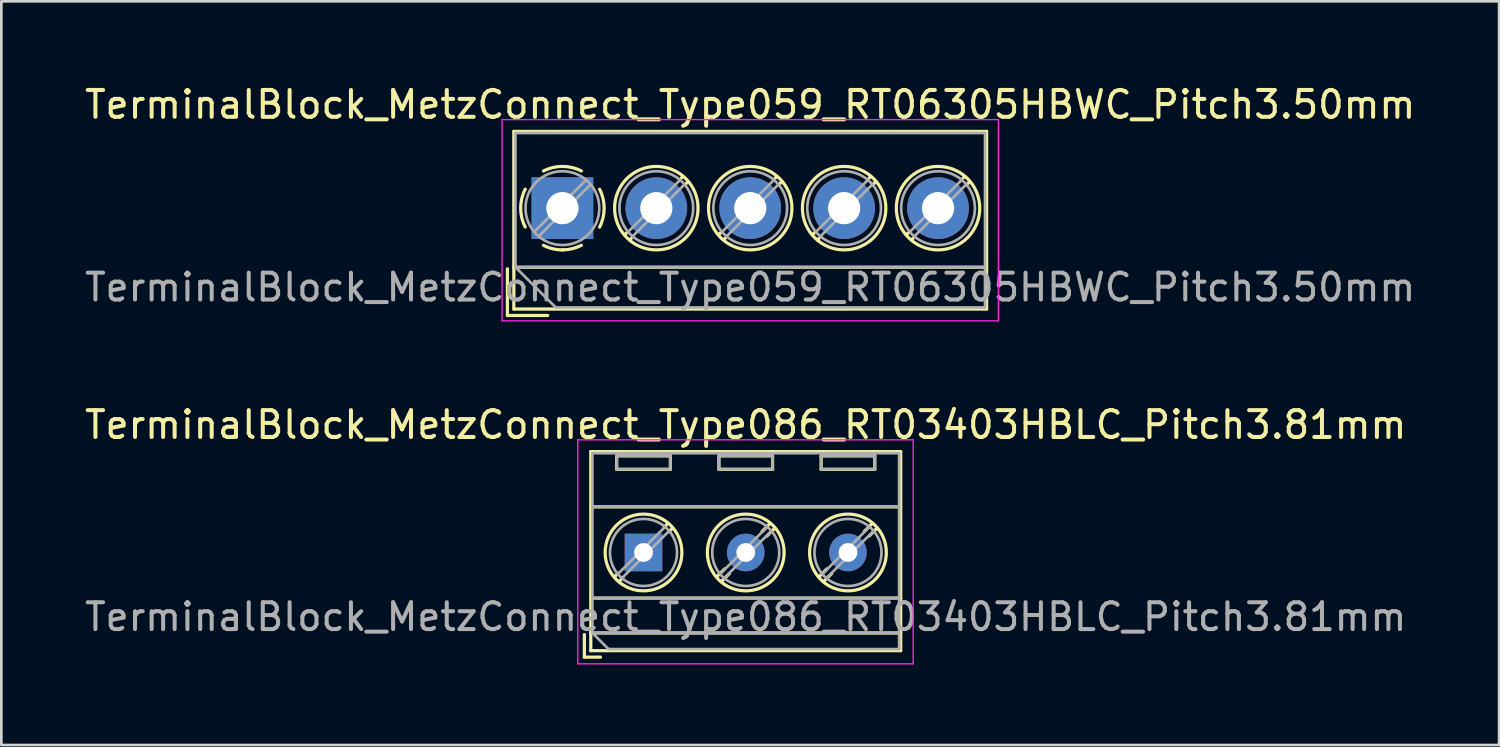
<source format=kicad_pcb>
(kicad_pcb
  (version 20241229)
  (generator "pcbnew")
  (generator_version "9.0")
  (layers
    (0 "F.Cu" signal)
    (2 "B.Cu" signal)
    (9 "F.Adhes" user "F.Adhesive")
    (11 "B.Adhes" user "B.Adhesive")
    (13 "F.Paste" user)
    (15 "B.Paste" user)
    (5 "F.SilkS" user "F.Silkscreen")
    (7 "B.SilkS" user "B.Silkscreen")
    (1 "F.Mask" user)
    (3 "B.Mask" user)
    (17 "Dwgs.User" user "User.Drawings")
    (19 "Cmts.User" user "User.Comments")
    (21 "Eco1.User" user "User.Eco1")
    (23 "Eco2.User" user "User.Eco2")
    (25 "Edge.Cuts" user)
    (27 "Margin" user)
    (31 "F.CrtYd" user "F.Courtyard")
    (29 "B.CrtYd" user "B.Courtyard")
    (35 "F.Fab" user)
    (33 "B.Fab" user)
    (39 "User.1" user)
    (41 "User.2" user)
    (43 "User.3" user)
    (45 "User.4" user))
  (footprint "TerminalBlock_MetzConnect_Type086_RT03403HBLC_Pitch3.81mm"
    (layer "F.Cu")
    (at 20.934 17.541)
    (property "Reference" "TerminalBlock_MetzConnect_Type086_RT03403HBLC_Pitch3.81mm" (at 3.81 -4.76 0) (layer "F.SilkS") (effects (font (size 1 1) (thickness 0.15))))
    (attr through_hole)
    (fp_line (start -2.205 3.06) (end -2.205 3.9) (stroke (width 0.12) (type solid)) (layer "F.SilkS"))
    (fp_line (start -2.205 3.9) (end -1.605 3.9) (stroke (width 0.12) (type solid)) (layer "F.SilkS"))
    (fp_line (start -1.965 -3.76) (end -1.965 3.66) (stroke (width 0.12) (type solid)) (layer "F.SilkS"))
    (fp_line (start -1.965 -1.7) (end 9.585 -1.7) (stroke (width 0.12) (type solid)) (layer "F.SilkS"))
    (fp_line (start -1.965 1.7) (end 9.585 1.7) (stroke (width 0.12) (type solid)) (layer "F.SilkS"))
    (fp_line (start -1.965 3) (end 9.585 3) (stroke (width 0.12) (type solid)) (layer "F.SilkS"))
    (fp_line (start -1.965 3.66) (end 9.585 3.66) (stroke (width 0.12) (type solid)) (layer "F.SilkS"))
    (fp_line (start -1 -3.6) (end -1 -3.1) (stroke (width 0.12) (type solid)) (layer "F.SilkS"))
    (fp_line (start -1 -3.6) (end 1 -3.6) (stroke (width 0.12) (type solid)) (layer "F.SilkS"))
    (fp_line (start -1 -3.1) (end 1 -3.1) (stroke (width 0.12) (type solid)) (layer "F.SilkS"))
    (fp_line (start -0.946 0.771) (end -1.085 0.91) (stroke (width 0.12) (type solid)) (layer "F.SilkS"))
    (fp_line (start -0.771 0.945) (end -0.911 1.085) (stroke (width 0.12) (type solid)) (layer "F.SilkS"))
    (fp_line (start 0.911 -1.085) (end 0.771 -0.945) (stroke (width 0.12) (type solid)) (layer "F.SilkS"))
    (fp_line (start 1 -3.6) (end 1 -3.1) (stroke (width 0.12) (type solid)) (layer "F.SilkS"))
    (fp_line (start 1.085 -0.91) (end 0.945 -0.771) (stroke (width 0.12) (type solid)) (layer "F.SilkS"))
    (fp_line (start 2.81 -3.6) (end 2.81 -3.1) (stroke (width 0.12) (type solid)) (layer "F.SilkS"))
    (fp_line (start 2.81 -3.6) (end 4.81 -3.6) (stroke (width 0.12) (type solid)) (layer "F.SilkS"))
    (fp_line (start 2.81 -3.1) (end 4.81 -3.1) (stroke (width 0.12) (type solid)) (layer "F.SilkS"))
    (fp_line (start 3.025 0.611) (end 2.726 0.91) (stroke (width 0.12) (type solid)) (layer "F.SilkS"))
    (fp_line (start 3.2 0.786) (end 2.9 1.085) (stroke (width 0.12) (type solid)) (layer "F.SilkS"))
    (fp_line (start 4.721 -1.085) (end 4.421 -0.786) (stroke (width 0.12) (type solid)) (layer "F.SilkS"))
    (fp_line (start 4.81 -3.6) (end 4.81 -3.1) (stroke (width 0.12) (type solid)) (layer "F.SilkS"))
    (fp_line (start 4.895 -0.91) (end 4.596 -0.611) (stroke (width 0.12) (type solid)) (layer "F.SilkS"))
    (fp_line (start 6.62 -3.6) (end 6.62 -3.1) (stroke (width 0.12) (type solid)) (layer "F.SilkS"))
    (fp_line (start 6.62 -3.6) (end 8.62 -3.6) (stroke (width 0.12) (type solid)) (layer "F.SilkS"))
    (fp_line (start 6.62 -3.1) (end 8.62 -3.1) (stroke (width 0.12) (type solid)) (layer "F.SilkS"))
    (fp_line (start 6.835 0.611) (end 6.536 0.91) (stroke (width 0.12) (type solid)) (layer "F.SilkS"))
    (fp_line (start 7.01 0.786) (end 6.71 1.085) (stroke (width 0.12) (type solid)) (layer "F.SilkS"))
    (fp_line (start 8.531 -1.085) (end 8.231 -0.786) (stroke (width 0.12) (type solid)) (layer "F.SilkS"))
    (fp_line (start 8.62 -3.6) (end 8.62 -3.1) (stroke (width 0.12) (type solid)) (layer "F.SilkS"))
    (fp_line (start 8.705 -0.91) (end 8.406 -0.611) (stroke (width 0.12) (type solid)) (layer "F.SilkS"))
    (fp_line (start 9.585 -3.76) (end -1.965 -3.76) (stroke (width 0.12) (type solid)) (layer "F.SilkS"))
    (fp_line (start 9.585 3.66) (end 9.585 -3.76) (stroke (width 0.12) (type solid)) (layer "F.SilkS"))
    (fp_circle (center 0 0) (end 1.43 0) (stroke (width 0.12) (type solid)) (fill no) (layer "F.SilkS"))
    (fp_circle (center 3.81 0) (end 5.24 0) (stroke (width 0.12) (type solid)) (fill no) (layer "F.SilkS"))
    (fp_circle (center 7.62 0) (end 9.05 0) (stroke (width 0.12) (type solid)) (fill no) (layer "F.SilkS"))
    (fp_line (start -2.45 -4.2) (end -2.45 4.15) (stroke (width 0.05) (type solid)) (layer "F.CrtYd"))
    (fp_line (start -2.45 4.15) (end 10.05 4.15) (stroke (width 0.05) (type solid)) (layer "F.CrtYd"))
    (fp_line (start 10.05 -4.2) (end -2.45 -4.2) (stroke (width 0.05) (type solid)) (layer "F.CrtYd"))
    (fp_line (start 10.05 4.15) (end 10.05 -4.2) (stroke (width 0.05) (type solid)) (layer "F.CrtYd"))
    (fp_line (start -1.905 -3.7) (end 9.525 -3.7) (stroke (width 0.1) (type solid)) (layer "F.Fab"))
    (fp_line (start -1.905 -1.7) (end 9.525 -1.7) (stroke (width 0.1) (type solid)) (layer "F.Fab"))
    (fp_line (start -1.905 1.7) (end 9.525 1.7) (stroke (width 0.1) (type solid)) (layer "F.Fab"))
    (fp_line (start -1.905 3) (end -1.905 -3.7) (stroke (width 0.1) (type solid)) (layer "F.Fab"))
    (fp_line (start -1.905 3) (end 9.525 3) (stroke (width 0.1) (type solid)) (layer "F.Fab"))
    (fp_line (start -1.305 3.6) (end -1.905 3) (stroke (width 0.1) (type solid)) (layer "F.Fab"))
    (fp_line (start -1 -3.6) (end -1 -3.1) (stroke (width 0.1) (type solid)) (layer "F.Fab"))
    (fp_line (start -1 -3.1) (end 1 -3.1) (stroke (width 0.1) (type solid)) (layer "F.Fab"))
    (fp_line (start 0.796 -0.948) (end -0.949 0.796) (stroke (width 0.1) (type solid)) (layer "F.Fab"))
    (fp_line (start 0.949 -0.796) (end -0.796 0.948) (stroke (width 0.1) (type solid)) (layer "F.Fab"))
    (fp_line (start 1 -3.6) (end -1 -3.6) (stroke (width 0.1) (type solid)) (layer "F.Fab"))
    (fp_line (start 1 -3.1) (end 1 -3.6) (stroke (width 0.1) (type solid)) (layer "F.Fab"))
    (fp_line (start 2.81 -3.6) (end 2.81 -3.1) (stroke (width 0.1) (type solid)) (layer "F.Fab"))
    (fp_line (start 2.81 -3.1) (end 4.81 -3.1) (stroke (width 0.1) (type solid)) (layer "F.Fab"))
    (fp_line (start 4.606 -0.948) (end 2.862 0.796) (stroke (width 0.1) (type solid)) (layer "F.Fab"))
    (fp_line (start 4.759 -0.796) (end 3.015 0.948) (stroke (width 0.1) (type solid)) (layer "F.Fab"))
    (fp_line (start 4.81 -3.6) (end 2.81 -3.6) (stroke (width 0.1) (type solid)) (layer "F.Fab"))
    (fp_line (start 4.81 -3.1) (end 4.81 -3.6) (stroke (width 0.1) (type solid)) (layer "F.Fab"))
    (fp_line (start 6.62 -3.6) (end 6.62 -3.1) (stroke (width 0.1) (type solid)) (layer "F.Fab"))
    (fp_line (start 6.62 -3.1) (end 8.62 -3.1) (stroke (width 0.1) (type solid)) (layer "F.Fab"))
    (fp_line (start 8.416 -0.948) (end 6.672 0.796) (stroke (width 0.1) (type solid)) (layer "F.Fab"))
    (fp_line (start 8.569 -0.796) (end 6.825 0.948) (stroke (width 0.1) (type solid)) (layer "F.Fab"))
    (fp_line (start 8.62 -3.6) (end 6.62 -3.6) (stroke (width 0.1) (type solid)) (layer "F.Fab"))
    (fp_line (start 8.62 -3.1) (end 8.62 -3.6) (stroke (width 0.1) (type solid)) (layer "F.Fab"))
    (fp_line (start 9.525 -3.7) (end 9.525 3.6) (stroke (width 0.1) (type solid)) (layer "F.Fab"))
    (fp_line (start 9.525 3.6) (end -1.305 3.6) (stroke (width 0.1) (type solid)) (layer "F.Fab"))
    (fp_circle (center 0 0) (end 1.25 0) (stroke (width 0.1) (type solid)) (fill no) (layer "F.Fab"))
    (fp_circle (center 3.81 0) (end 5.06 0) (stroke (width 0.1) (type solid)) (fill no) (layer "F.Fab"))
    (fp_circle (center 7.62 0) (end 8.87 0) (stroke (width 0.1) (type solid)) (fill no) (layer "F.Fab"))
    (fp_text user "${REFERENCE}" (at 3.81 2.4 0) (layer "F.Fab") (effects (font (size 1 1) (thickness 0.15))))
    (pad "1" thru_hole rect (at 0 0) (size 1.4 1.4) (drill 0.7) (layers "*.Cu" "*.Mask"))
    (pad "2" thru_hole circle (at 3.81 0) (size 1.4 1.4) (drill 0.7) (layers "*.Cu" "*.Mask"))
    (pad "3" thru_hole circle (at 7.62 0) (size 1.4 1.4) (drill 0.7) (layers "*.Cu" "*.Mask")))
  (footprint "TerminalBlock_MetzConnect_Type059_RT06305HBWC_Pitch3.50mm"
    (layer "F.Cu")
    (at 17.911 4.708)
    (property "Reference" "TerminalBlock_MetzConnect_Type059_RT06305HBWC_Pitch3.50mm" (at 7 -3.86 0) (layer "F.SilkS") (effects (font (size 1 1) (thickness 0.15))))
    (attr through_hole)
    (fp_line (start -2.05 2.26) (end -2.05 4) (stroke (width 0.12) (type solid)) (layer "F.SilkS"))
    (fp_line (start -2.05 4) (end -0.55 4) (stroke (width 0.12) (type solid)) (layer "F.SilkS"))
    (fp_line (start -1.81 -2.86) (end -1.81 3.76) (stroke (width 0.12) (type solid)) (layer "F.SilkS"))
    (fp_line (start -1.81 2.2) (end 15.81 2.2) (stroke (width 0.12) (type solid)) (layer "F.SilkS"))
    (fp_line (start -1.81 3.76) (end 15.81 3.76) (stroke (width 0.12) (type solid)) (layer "F.SilkS"))
    (fp_line (start 2.397 0.914) (end 2.321 0.99) (stroke (width 0.12) (type solid)) (layer "F.SilkS"))
    (fp_line (start 2.565 1.125) (end 2.511 1.18) (stroke (width 0.12) (type solid)) (layer "F.SilkS"))
    (fp_line (start 4.49 -1.18) (end 4.436 -1.126) (stroke (width 0.12) (type solid)) (layer "F.SilkS"))
    (fp_line (start 4.68 -0.99) (end 4.604 -0.914) (stroke (width 0.12) (type solid)) (layer "F.SilkS"))
    (fp_line (start 5.897 0.914) (end 5.821 0.99) (stroke (width 0.12) (type solid)) (layer "F.SilkS"))
    (fp_line (start 6.065 1.125) (end 6.011 1.18) (stroke (width 0.12) (type solid)) (layer "F.SilkS"))
    (fp_line (start 7.99 -1.18) (end 7.936 -1.126) (stroke (width 0.12) (type solid)) (layer "F.SilkS"))
    (fp_line (start 8.18 -0.99) (end 8.104 -0.914) (stroke (width 0.12) (type solid)) (layer "F.SilkS"))
    (fp_line (start 9.397 0.914) (end 9.321 0.99) (stroke (width 0.12) (type solid)) (layer "F.SilkS"))
    (fp_line (start 9.565 1.125) (end 9.511 1.18) (stroke (width 0.12) (type solid)) (layer "F.SilkS"))
    (fp_line (start 11.49 -1.18) (end 11.436 -1.126) (stroke (width 0.12) (type solid)) (layer "F.SilkS"))
    (fp_line (start 11.68 -0.99) (end 11.604 -0.914) (stroke (width 0.12) (type solid)) (layer "F.SilkS"))
    (fp_line (start 12.897 0.914) (end 12.821 0.99) (stroke (width 0.12) (type solid)) (layer "F.SilkS"))
    (fp_line (start 13.065 1.125) (end 13.011 1.18) (stroke (width 0.12) (type solid)) (layer "F.SilkS"))
    (fp_line (start 14.99 -1.18) (end 14.936 -1.126) (stroke (width 0.12) (type solid)) (layer "F.SilkS"))
    (fp_line (start 15.18 -0.99) (end 15.104 -0.914) (stroke (width 0.12) (type solid)) (layer "F.SilkS"))
    (fp_line (start 15.81 -2.86) (end -1.81 -2.86) (stroke (width 0.12) (type solid)) (layer "F.SilkS"))
    (fp_line (start 15.81 3.76) (end 15.81 -2.86) (stroke (width 0.12) (type solid)) (layer "F.SilkS"))
    (fp_arc (start -1.386645 0.705733) (mid -1.555906 -0.000711) (end -1.386 -0.707) (stroke (width 0.12) (type solid)) (layer "F.SilkS"))
    (fp_arc (start -0.705733 -1.386645) (mid 0.000711 -1.555906) (end 0.707 -1.386) (stroke (width 0.12) (type solid)) (layer "F.SilkS"))
    (fp_arc (start 0.026444 1.555682) (mid -0.350695 1.515869) (end -0.707 1.386) (stroke (width 0.12) (type solid)) (layer "F.SilkS"))
    (fp_arc (start 0.705955 1.385515) (mid 0.363007 1.512035) (end 0 1.555) (stroke (width 0.12) (type solid)) (layer "F.SilkS"))
    (fp_arc (start 1.386645 -0.705733) (mid 1.555906 0.000711) (end 1.386 0.707) (stroke (width 0.12) (type solid)) (layer "F.SilkS"))
    (fp_circle (center 3.5 0) (end 5.055 0) (stroke (width 0.12) (type solid)) (fill no) (layer "F.SilkS"))
    (fp_circle (center 7 0) (end 8.555 0) (stroke (width 0.12) (type solid)) (fill no) (layer "F.SilkS"))
    (fp_circle (center 10.5 0) (end 12.055 0) (stroke (width 0.12) (type solid)) (fill no) (layer "F.SilkS"))
    (fp_circle (center 14 0) (end 15.555 0) (stroke (width 0.12) (type solid)) (fill no) (layer "F.SilkS"))
    (fp_line (start -2.25 -3.3) (end -2.25 4.2) (stroke (width 0.05) (type solid)) (layer "F.CrtYd"))
    (fp_line (start -2.25 4.2) (end 16.25 4.2) (stroke (width 0.05) (type solid)) (layer "F.CrtYd"))
    (fp_line (start 16.25 -3.3) (end -2.25 -3.3) (stroke (width 0.05) (type solid)) (layer "F.CrtYd"))
    (fp_line (start 16.25 4.2) (end 16.25 -3.3) (stroke (width 0.05) (type solid)) (layer "F.CrtYd"))
    (fp_line (start -1.75 -2.8) (end 15.75 -2.8) (stroke (width 0.1) (type solid)) (layer "F.Fab"))
    (fp_line (start -1.75 2.2) (end -1.75 -2.8) (stroke (width 0.1) (type solid)) (layer "F.Fab"))
    (fp_line (start -1.75 2.2) (end 15.75 2.2) (stroke (width 0.1) (type solid)) (layer "F.Fab"))
    (fp_line (start -0.25 3.7) (end -1.75 2.2) (stroke (width 0.1) (type solid)) (layer "F.Fab"))
    (fp_line (start 0.876 -1.043) (end -1.043 0.875) (stroke (width 0.1) (type solid)) (layer "F.Fab"))
    (fp_line (start 1.043 -0.875) (end -0.876 1.043) (stroke (width 0.1) (type solid)) (layer "F.Fab"))
    (fp_line (start 4.376 -1.043) (end 2.458 0.875) (stroke (width 0.1) (type solid)) (layer "F.Fab"))
    (fp_line (start 4.543 -0.875) (end 2.625 1.043) (stroke (width 0.1) (type solid)) (layer "F.Fab"))
    (fp_line (start 7.876 -1.043) (end 5.958 0.875) (stroke (width 0.1) (type solid)) (layer "F.Fab"))
    (fp_line (start 8.043 -0.875) (end 6.125 1.043) (stroke (width 0.1) (type solid)) (layer "F.Fab"))
    (fp_line (start 11.376 -1.043) (end 9.458 0.875) (stroke (width 0.1) (type solid)) (layer "F.Fab"))
    (fp_line (start 11.543 -0.875) (end 9.625 1.043) (stroke (width 0.1) (type solid)) (layer "F.Fab"))
    (fp_line (start 14.876 -1.043) (end 12.958 0.875) (stroke (width 0.1) (type solid)) (layer "F.Fab"))
    (fp_line (start 15.043 -0.875) (end 13.125 1.043) (stroke (width 0.1) (type solid)) (layer "F.Fab"))
    (fp_line (start 15.75 -2.8) (end 15.75 3.7) (stroke (width 0.1) (type solid)) (layer "F.Fab"))
    (fp_line (start 15.75 3.7) (end -0.25 3.7) (stroke (width 0.1) (type solid)) (layer "F.Fab"))
    (fp_circle (center 0 0) (end 1.375 0) (stroke (width 0.1) (type solid)) (fill no) (layer "F.Fab"))
    (fp_circle (center 3.5 0) (end 4.875 0) (stroke (width 0.1) (type solid)) (fill no) (layer "F.Fab"))
    (fp_circle (center 7 0) (end 8.375 0) (stroke (width 0.1) (type solid)) (fill no) (layer "F.Fab"))
    (fp_circle (center 10.5 0) (end 11.875 0) (stroke (width 0.1) (type solid)) (fill no) (layer "F.Fab"))
    (fp_circle (center 14 0) (end 15.375 0) (stroke (width 0.1) (type solid)) (fill no) (layer "F.Fab"))
    (fp_text user "${REFERENCE}" (at 7 2.95 0) (layer "F.Fab") (effects (font (size 1 1) (thickness 0.15))))
    (pad "1" thru_hole rect (at 0 0) (size 2.3 2.3) (drill 1.2) (layers "*.Cu" "*.Mask"))
    (pad "2" thru_hole circle (at 3.5 0) (size 2.3 2.3) (drill 1.2) (layers "*.Cu" "*.Mask"))
    (pad "3" thru_hole circle (at 7 0) (size 2.3 2.3) (drill 1.2) (layers "*.Cu" "*.Mask"))
    (pad "4" thru_hole circle (at 10.5 0) (size 2.3 2.3) (drill 1.2) (layers "*.Cu" "*.Mask"))
    (pad "5" thru_hole circle (at 14 0) (size 2.3 2.3) (drill 1.2) (layers "*.Cu" "*.Mask")))
  (gr_rect
    (start -3 -3)
    (end 52.821 24.716)
    (stroke (width 0.1) (type default))
    (fill no)
    (layer "Edge.Cuts")))
</source>
